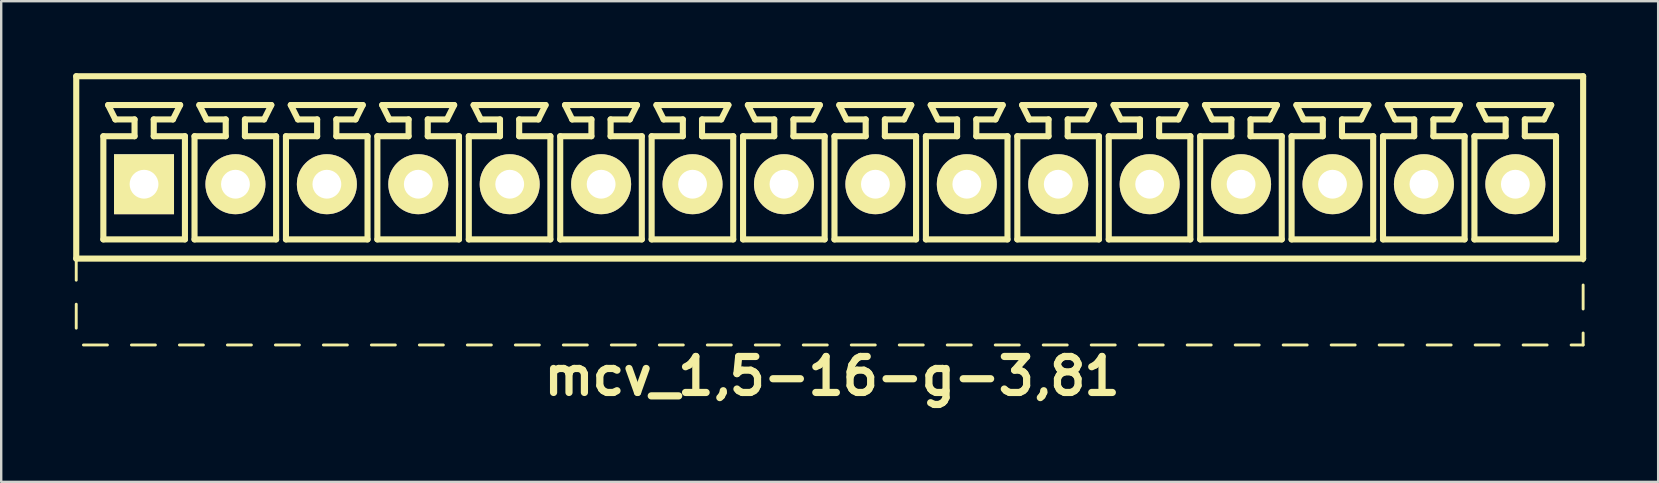
<source format=kicad_pcb>
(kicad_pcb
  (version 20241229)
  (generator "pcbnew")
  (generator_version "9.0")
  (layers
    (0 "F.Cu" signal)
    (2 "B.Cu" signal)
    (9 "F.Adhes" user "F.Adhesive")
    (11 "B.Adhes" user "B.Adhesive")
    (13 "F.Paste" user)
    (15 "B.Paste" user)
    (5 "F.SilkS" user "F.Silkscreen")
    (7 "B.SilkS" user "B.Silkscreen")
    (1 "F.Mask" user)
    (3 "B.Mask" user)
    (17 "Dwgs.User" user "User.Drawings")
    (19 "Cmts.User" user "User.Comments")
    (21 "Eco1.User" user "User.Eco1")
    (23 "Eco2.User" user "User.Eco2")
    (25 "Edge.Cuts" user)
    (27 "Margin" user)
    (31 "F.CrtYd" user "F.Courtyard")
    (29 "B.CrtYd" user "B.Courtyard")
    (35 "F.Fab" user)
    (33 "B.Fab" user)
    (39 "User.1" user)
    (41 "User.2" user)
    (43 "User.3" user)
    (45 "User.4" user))
  (footprint "mcv_1,5-16-g-3,81"
    (layer "F.Cu")
    (at 31.527 4.627)
    (property "Reference" "mcv_1,5-16-g-3,81" (at 0.1 8 0) (layer "F.SilkS") (effects (font (size 1.5 1.5) (thickness 0.3))))
    (attr through_hole)
    (fp_line (start -31.4 -4.5) (end -31.4 3.1) (stroke (width 0.254) (type solid)) (layer "F.SilkS"))
    (fp_line (start -31.4 -4.5) (end 31.4 -4.5) (stroke (width 0.254) (type solid)) (layer "F.SilkS"))
    (fp_line (start -31.4 3.1) (end -31.4 4) (stroke (width 0.12) (type solid)) (layer "F.SilkS"))
    (fp_line (start -31.4 3.1) (end 31.4 3.1) (stroke (width 0.254) (type solid)) (layer "F.SilkS"))
    (fp_line (start -31.4 5) (end -31.4 6) (stroke (width 0.12) (type solid)) (layer "F.SilkS"))
    (fp_line (start -31.1 6.7) (end -30.1 6.7) (stroke (width 0.12) (type solid)) (layer "F.SilkS"))
    (fp_line (start -30.27 -2) (end -28.97 -2) (stroke (width 0.254) (type solid)) (layer "F.SilkS"))
    (fp_line (start -30.27 2.3) (end -30.27 -2) (stroke (width 0.254) (type solid)) (layer "F.SilkS"))
    (fp_line (start -30.07 -3.3) (end -27.07 -3.3) (stroke (width 0.254) (type solid)) (layer "F.SilkS"))
    (fp_line (start -29.77 -2.7) (end -30.07 -3.3) (stroke (width 0.254) (type solid)) (layer "F.SilkS"))
    (fp_line (start -29.1 6.7) (end -28.1 6.7) (stroke (width 0.12) (type solid)) (layer "F.SilkS"))
    (fp_line (start -28.97 -2.7) (end -29.77 -2.7) (stroke (width 0.254) (type solid)) (layer "F.SilkS"))
    (fp_line (start -28.97 -2) (end -28.97 -2.7) (stroke (width 0.254) (type solid)) (layer "F.SilkS"))
    (fp_line (start -28.17 -2.7) (end -28.17 -2) (stroke (width 0.254) (type solid)) (layer "F.SilkS"))
    (fp_line (start -28.17 -2) (end -26.87 -2) (stroke (width 0.254) (type solid)) (layer "F.SilkS"))
    (fp_line (start -27.37 -2.7) (end -28.17 -2.7) (stroke (width 0.254) (type solid)) (layer "F.SilkS"))
    (fp_line (start -27.37 -2.7) (end -27.07 -3.3) (stroke (width 0.254) (type solid)) (layer "F.SilkS"))
    (fp_line (start -27.1 6.7) (end -26.1 6.7) (stroke (width 0.12) (type solid)) (layer "F.SilkS"))
    (fp_line (start -26.87 -2) (end -26.87 2.3) (stroke (width 0.254) (type solid)) (layer "F.SilkS"))
    (fp_line (start -26.87 2.3) (end -30.27 2.3) (stroke (width 0.254) (type solid)) (layer "F.SilkS"))
    (fp_line (start -26.47 -2) (end -25.17 -2) (stroke (width 0.254) (type solid)) (layer "F.SilkS"))
    (fp_line (start -26.47 2.3) (end -26.47 -2) (stroke (width 0.254) (type solid)) (layer "F.SilkS"))
    (fp_line (start -26.27 -3.3) (end -23.27 -3.3) (stroke (width 0.254) (type solid)) (layer "F.SilkS"))
    (fp_line (start -25.97 -2.7) (end -26.27 -3.3) (stroke (width 0.254) (type solid)) (layer "F.SilkS"))
    (fp_line (start -25.17 -2.7) (end -25.97 -2.7) (stroke (width 0.254) (type solid)) (layer "F.SilkS"))
    (fp_line (start -25.17 -2) (end -25.17 -2.7) (stroke (width 0.254) (type solid)) (layer "F.SilkS"))
    (fp_line (start -25.1 6.7) (end -24.1 6.7) (stroke (width 0.12) (type solid)) (layer "F.SilkS"))
    (fp_line (start -24.37 -2.7) (end -24.37 -2) (stroke (width 0.254) (type solid)) (layer "F.SilkS"))
    (fp_line (start -24.37 -2) (end -23.07 -2) (stroke (width 0.254) (type solid)) (layer "F.SilkS"))
    (fp_line (start -23.57 -2.7) (end -24.37 -2.7) (stroke (width 0.254) (type solid)) (layer "F.SilkS"))
    (fp_line (start -23.57 -2.7) (end -23.27 -3.3) (stroke (width 0.254) (type solid)) (layer "F.SilkS"))
    (fp_line (start -23.1 6.7) (end -22.1 6.7) (stroke (width 0.12) (type solid)) (layer "F.SilkS"))
    (fp_line (start -23.07 -2) (end -23.07 2.3) (stroke (width 0.254) (type solid)) (layer "F.SilkS"))
    (fp_line (start -23.07 2.3) (end -26.47 2.3) (stroke (width 0.254) (type solid)) (layer "F.SilkS"))
    (fp_line (start -22.66 -2) (end -21.36 -2) (stroke (width 0.254) (type solid)) (layer "F.SilkS"))
    (fp_line (start -22.66 2.3) (end -22.66 -2) (stroke (width 0.254) (type solid)) (layer "F.SilkS"))
    (fp_line (start -22.46 -3.3) (end -19.46 -3.3) (stroke (width 0.254) (type solid)) (layer "F.SilkS"))
    (fp_line (start -22.16 -2.7) (end -22.46 -3.3) (stroke (width 0.254) (type solid)) (layer "F.SilkS"))
    (fp_line (start -21.36 -2.7) (end -22.16 -2.7) (stroke (width 0.254) (type solid)) (layer "F.SilkS"))
    (fp_line (start -21.36 -2) (end -21.36 -2.7) (stroke (width 0.254) (type solid)) (layer "F.SilkS"))
    (fp_line (start -21.1 6.7) (end -20.1 6.7) (stroke (width 0.12) (type solid)) (layer "F.SilkS"))
    (fp_line (start -20.56 -2.7) (end -20.56 -2) (stroke (width 0.254) (type solid)) (layer "F.SilkS"))
    (fp_line (start -20.56 -2) (end -19.26 -2) (stroke (width 0.254) (type solid)) (layer "F.SilkS"))
    (fp_line (start -19.76 -2.7) (end -20.56 -2.7) (stroke (width 0.254) (type solid)) (layer "F.SilkS"))
    (fp_line (start -19.76 -2.7) (end -19.46 -3.3) (stroke (width 0.254) (type solid)) (layer "F.SilkS"))
    (fp_line (start -19.26 -2) (end -19.26 2.3) (stroke (width 0.254) (type solid)) (layer "F.SilkS"))
    (fp_line (start -19.26 2.3) (end -22.66 2.3) (stroke (width 0.254) (type solid)) (layer "F.SilkS"))
    (fp_line (start -19.1 6.7) (end -18.1 6.7) (stroke (width 0.12) (type solid)) (layer "F.SilkS"))
    (fp_line (start -18.85 -2) (end -17.55 -2) (stroke (width 0.254) (type solid)) (layer "F.SilkS"))
    (fp_line (start -18.85 2.3) (end -18.85 -2) (stroke (width 0.254) (type solid)) (layer "F.SilkS"))
    (fp_line (start -18.65 -3.3) (end -15.65 -3.3) (stroke (width 0.254) (type solid)) (layer "F.SilkS"))
    (fp_line (start -18.35 -2.7) (end -18.65 -3.3) (stroke (width 0.254) (type solid)) (layer "F.SilkS"))
    (fp_line (start -17.55 -2.7) (end -18.35 -2.7) (stroke (width 0.254) (type solid)) (layer "F.SilkS"))
    (fp_line (start -17.55 -2) (end -17.55 -2.7) (stroke (width 0.254) (type solid)) (layer "F.SilkS"))
    (fp_line (start -17.1 6.7) (end -16.1 6.7) (stroke (width 0.12) (type solid)) (layer "F.SilkS"))
    (fp_line (start -16.75 -2.7) (end -16.75 -2) (stroke (width 0.254) (type solid)) (layer "F.SilkS"))
    (fp_line (start -16.75 -2) (end -15.45 -2) (stroke (width 0.254) (type solid)) (layer "F.SilkS"))
    (fp_line (start -15.95 -2.7) (end -16.75 -2.7) (stroke (width 0.254) (type solid)) (layer "F.SilkS"))
    (fp_line (start -15.95 -2.7) (end -15.65 -3.3) (stroke (width 0.254) (type solid)) (layer "F.SilkS"))
    (fp_line (start -15.45 -2) (end -15.45 2.3) (stroke (width 0.254) (type solid)) (layer "F.SilkS"))
    (fp_line (start -15.45 2.3) (end -18.85 2.3) (stroke (width 0.254) (type solid)) (layer "F.SilkS"))
    (fp_line (start -15.1 6.7) (end -14.1 6.7) (stroke (width 0.12) (type solid)) (layer "F.SilkS"))
    (fp_line (start -15.04 -2) (end -13.74 -2) (stroke (width 0.254) (type solid)) (layer "F.SilkS"))
    (fp_line (start -15.04 2.3) (end -15.04 -2) (stroke (width 0.254) (type solid)) (layer "F.SilkS"))
    (fp_line (start -14.84 -3.3) (end -11.84 -3.3) (stroke (width 0.254) (type solid)) (layer "F.SilkS"))
    (fp_line (start -14.54 -2.7) (end -14.84 -3.3) (stroke (width 0.254) (type solid)) (layer "F.SilkS"))
    (fp_line (start -13.74 -2.7) (end -14.54 -2.7) (stroke (width 0.254) (type solid)) (layer "F.SilkS"))
    (fp_line (start -13.74 -2) (end -13.74 -2.7) (stroke (width 0.254) (type solid)) (layer "F.SilkS"))
    (fp_line (start -13.1 6.7) (end -12.1 6.7) (stroke (width 0.12) (type solid)) (layer "F.SilkS"))
    (fp_line (start -12.94 -2.7) (end -12.94 -2) (stroke (width 0.254) (type solid)) (layer "F.SilkS"))
    (fp_line (start -12.94 -2) (end -11.64 -2) (stroke (width 0.254) (type solid)) (layer "F.SilkS"))
    (fp_line (start -12.14 -2.7) (end -12.94 -2.7) (stroke (width 0.254) (type solid)) (layer "F.SilkS"))
    (fp_line (start -12.14 -2.7) (end -11.84 -3.3) (stroke (width 0.254) (type solid)) (layer "F.SilkS"))
    (fp_line (start -11.64 -2) (end -11.64 2.3) (stroke (width 0.254) (type solid)) (layer "F.SilkS"))
    (fp_line (start -11.64 2.3) (end -15.04 2.3) (stroke (width 0.254) (type solid)) (layer "F.SilkS"))
    (fp_line (start -11.23 -2) (end -9.93 -2) (stroke (width 0.254) (type solid)) (layer "F.SilkS"))
    (fp_line (start -11.23 2.3) (end -11.23 -2) (stroke (width 0.254) (type solid)) (layer "F.SilkS"))
    (fp_line (start -11.1 6.7) (end -10.1 6.7) (stroke (width 0.12) (type solid)) (layer "F.SilkS"))
    (fp_line (start -11.03 -3.3) (end -8.03 -3.3) (stroke (width 0.254) (type solid)) (layer "F.SilkS"))
    (fp_line (start -10.73 -2.7) (end -11.03 -3.3) (stroke (width 0.254) (type solid)) (layer "F.SilkS"))
    (fp_line (start -9.93 -2.7) (end -10.73 -2.7) (stroke (width 0.254) (type solid)) (layer "F.SilkS"))
    (fp_line (start -9.93 -2) (end -9.93 -2.7) (stroke (width 0.254) (type solid)) (layer "F.SilkS"))
    (fp_line (start -9.13 -2.7) (end -9.13 -2) (stroke (width 0.254) (type solid)) (layer "F.SilkS"))
    (fp_line (start -9.13 -2) (end -7.83 -2) (stroke (width 0.254) (type solid)) (layer "F.SilkS"))
    (fp_line (start -9.1 6.7) (end -8.1 6.7) (stroke (width 0.12) (type solid)) (layer "F.SilkS"))
    (fp_line (start -8.33 -2.7) (end -9.13 -2.7) (stroke (width 0.254) (type solid)) (layer "F.SilkS"))
    (fp_line (start -8.33 -2.7) (end -8.03 -3.3) (stroke (width 0.254) (type solid)) (layer "F.SilkS"))
    (fp_line (start -7.83 -2) (end -7.83 2.3) (stroke (width 0.254) (type solid)) (layer "F.SilkS"))
    (fp_line (start -7.83 2.3) (end -11.23 2.3) (stroke (width 0.254) (type solid)) (layer "F.SilkS"))
    (fp_line (start -7.42 -2) (end -6.12 -2) (stroke (width 0.254) (type solid)) (layer "F.SilkS"))
    (fp_line (start -7.42 2.3) (end -7.42 -2) (stroke (width 0.254) (type solid)) (layer "F.SilkS"))
    (fp_line (start -7.22 -3.3) (end -4.22 -3.3) (stroke (width 0.254) (type solid)) (layer "F.SilkS"))
    (fp_line (start -7.1 6.7) (end -6.1 6.7) (stroke (width 0.12) (type solid)) (layer "F.SilkS"))
    (fp_line (start -6.92 -2.7) (end -7.22 -3.3) (stroke (width 0.254) (type solid)) (layer "F.SilkS"))
    (fp_line (start -6.12 -2.7) (end -6.92 -2.7) (stroke (width 0.254) (type solid)) (layer "F.SilkS"))
    (fp_line (start -6.12 -2) (end -6.12 -2.7) (stroke (width 0.254) (type solid)) (layer "F.SilkS"))
    (fp_line (start -5.32 -2.7) (end -5.32 -2) (stroke (width 0.254) (type solid)) (layer "F.SilkS"))
    (fp_line (start -5.32 -2) (end -4.02 -2) (stroke (width 0.254) (type solid)) (layer "F.SilkS"))
    (fp_line (start -5.1 6.7) (end -4.1 6.7) (stroke (width 0.12) (type solid)) (layer "F.SilkS"))
    (fp_line (start -4.52 -2.7) (end -5.32 -2.7) (stroke (width 0.254) (type solid)) (layer "F.SilkS"))
    (fp_line (start -4.52 -2.7) (end -4.22 -3.3) (stroke (width 0.254) (type solid)) (layer "F.SilkS"))
    (fp_line (start -4.02 -2) (end -4.02 2.3) (stroke (width 0.254) (type solid)) (layer "F.SilkS"))
    (fp_line (start -4.02 2.3) (end -7.42 2.3) (stroke (width 0.254) (type solid)) (layer "F.SilkS"))
    (fp_line (start -3.61 -2) (end -2.31 -2) (stroke (width 0.254) (type solid)) (layer "F.SilkS"))
    (fp_line (start -3.61 2.3) (end -3.61 -2) (stroke (width 0.254) (type solid)) (layer "F.SilkS"))
    (fp_line (start -3.41 -3.3) (end -0.41 -3.3) (stroke (width 0.254) (type solid)) (layer "F.SilkS"))
    (fp_line (start -3.11 -2.7) (end -3.41 -3.3) (stroke (width 0.254) (type solid)) (layer "F.SilkS"))
    (fp_line (start -3.1 6.7) (end -2.1 6.7) (stroke (width 0.12) (type solid)) (layer "F.SilkS"))
    (fp_line (start -2.31 -2.7) (end -3.11 -2.7) (stroke (width 0.254) (type solid)) (layer "F.SilkS"))
    (fp_line (start -2.31 -2) (end -2.31 -2.7) (stroke (width 0.254) (type solid)) (layer "F.SilkS"))
    (fp_line (start -1.51 -2.7) (end -1.51 -2) (stroke (width 0.254) (type solid)) (layer "F.SilkS"))
    (fp_line (start -1.51 -2) (end -0.21 -2) (stroke (width 0.254) (type solid)) (layer "F.SilkS"))
    (fp_line (start -1.1 6.7) (end -0.1 6.7) (stroke (width 0.12) (type solid)) (layer "F.SilkS"))
    (fp_line (start -0.71 -2.7) (end -1.51 -2.7) (stroke (width 0.254) (type solid)) (layer "F.SilkS"))
    (fp_line (start -0.71 -2.7) (end -0.41 -3.3) (stroke (width 0.254) (type solid)) (layer "F.SilkS"))
    (fp_line (start -0.21 -2) (end -0.21 2.3) (stroke (width 0.254) (type solid)) (layer "F.SilkS"))
    (fp_line (start -0.21 2.3) (end -3.61 2.3) (stroke (width 0.254) (type solid)) (layer "F.SilkS"))
    (fp_line (start 0.2 -2) (end 1.5 -2) (stroke (width 0.254) (type solid)) (layer "F.SilkS"))
    (fp_line (start 0.2 2.3) (end 0.2 -2) (stroke (width 0.254) (type solid)) (layer "F.SilkS"))
    (fp_line (start 0.4 -3.3) (end 3.4 -3.3) (stroke (width 0.254) (type solid)) (layer "F.SilkS"))
    (fp_line (start 0.7 -2.7) (end 0.4 -3.3) (stroke (width 0.254) (type solid)) (layer "F.SilkS"))
    (fp_line (start 0.9 6.7) (end 1.9 6.7) (stroke (width 0.12) (type solid)) (layer "F.SilkS"))
    (fp_line (start 1.5 -2.7) (end 0.7 -2.7) (stroke (width 0.254) (type solid)) (layer "F.SilkS"))
    (fp_line (start 1.5 -2) (end 1.5 -2.7) (stroke (width 0.254) (type solid)) (layer "F.SilkS"))
    (fp_line (start 2.3 -2.7) (end 2.3 -2) (stroke (width 0.254) (type solid)) (layer "F.SilkS"))
    (fp_line (start 2.3 -2) (end 3.6 -2) (stroke (width 0.254) (type solid)) (layer "F.SilkS"))
    (fp_line (start 2.9 6.7) (end 3.9 6.7) (stroke (width 0.12) (type solid)) (layer "F.SilkS"))
    (fp_line (start 3.1 -2.7) (end 2.3 -2.7) (stroke (width 0.254) (type solid)) (layer "F.SilkS"))
    (fp_line (start 3.1 -2.7) (end 3.4 -3.3) (stroke (width 0.254) (type solid)) (layer "F.SilkS"))
    (fp_line (start 3.6 -2) (end 3.6 2.3) (stroke (width 0.254) (type solid)) (layer "F.SilkS"))
    (fp_line (start 3.6 2.3) (end 0.2 2.3) (stroke (width 0.254) (type solid)) (layer "F.SilkS"))
    (fp_line (start 4.01 -2) (end 5.31 -2) (stroke (width 0.254) (type solid)) (layer "F.SilkS"))
    (fp_line (start 4.01 2.3) (end 4.01 -2) (stroke (width 0.254) (type solid)) (layer "F.SilkS"))
    (fp_line (start 4.21 -3.3) (end 7.21 -3.3) (stroke (width 0.254) (type solid)) (layer "F.SilkS"))
    (fp_line (start 4.51 -2.7) (end 4.21 -3.3) (stroke (width 0.254) (type solid)) (layer "F.SilkS"))
    (fp_line (start 4.9 6.7) (end 5.9 6.7) (stroke (width 0.12) (type solid)) (layer "F.SilkS"))
    (fp_line (start 5.31 -2.7) (end 4.51 -2.7) (stroke (width 0.254) (type solid)) (layer "F.SilkS"))
    (fp_line (start 5.31 -2) (end 5.31 -2.7) (stroke (width 0.254) (type solid)) (layer "F.SilkS"))
    (fp_line (start 6.11 -2.7) (end 6.11 -2) (stroke (width 0.254) (type solid)) (layer "F.SilkS"))
    (fp_line (start 6.11 -2) (end 7.41 -2) (stroke (width 0.254) (type solid)) (layer "F.SilkS"))
    (fp_line (start 6.9 6.7) (end 7.9 6.7) (stroke (width 0.12) (type solid)) (layer "F.SilkS"))
    (fp_line (start 6.91 -2.7) (end 6.11 -2.7) (stroke (width 0.254) (type solid)) (layer "F.SilkS"))
    (fp_line (start 6.91 -2.7) (end 7.21 -3.3) (stroke (width 0.254) (type solid)) (layer "F.SilkS"))
    (fp_line (start 7.41 -2) (end 7.41 2.3) (stroke (width 0.254) (type solid)) (layer "F.SilkS"))
    (fp_line (start 7.41 2.3) (end 4.01 2.3) (stroke (width 0.254) (type solid)) (layer "F.SilkS"))
    (fp_line (start 7.82 -2) (end 9.12 -2) (stroke (width 0.254) (type solid)) (layer "F.SilkS"))
    (fp_line (start 7.82 2.3) (end 7.82 -2) (stroke (width 0.254) (type solid)) (layer "F.SilkS"))
    (fp_line (start 8.02 -3.3) (end 11.02 -3.3) (stroke (width 0.254) (type solid)) (layer "F.SilkS"))
    (fp_line (start 8.32 -2.7) (end 8.02 -3.3) (stroke (width 0.254) (type solid)) (layer "F.SilkS"))
    (fp_line (start 8.9 6.7) (end 9.9 6.7) (stroke (width 0.12) (type solid)) (layer "F.SilkS"))
    (fp_line (start 9.12 -2.7) (end 8.32 -2.7) (stroke (width 0.254) (type solid)) (layer "F.SilkS"))
    (fp_line (start 9.12 -2) (end 9.12 -2.7) (stroke (width 0.254) (type solid)) (layer "F.SilkS"))
    (fp_line (start 9.92 -2.7) (end 9.92 -2) (stroke (width 0.254) (type solid)) (layer "F.SilkS"))
    (fp_line (start 9.92 -2) (end 11.22 -2) (stroke (width 0.254) (type solid)) (layer "F.SilkS"))
    (fp_line (start 10.72 -2.7) (end 9.92 -2.7) (stroke (width 0.254) (type solid)) (layer "F.SilkS"))
    (fp_line (start 10.72 -2.7) (end 11.02 -3.3) (stroke (width 0.254) (type solid)) (layer "F.SilkS"))
    (fp_line (start 10.9 6.7) (end 11.9 6.7) (stroke (width 0.12) (type solid)) (layer "F.SilkS"))
    (fp_line (start 11.22 -2) (end 11.22 2.3) (stroke (width 0.254) (type solid)) (layer "F.SilkS"))
    (fp_line (start 11.22 2.3) (end 7.82 2.3) (stroke (width 0.254) (type solid)) (layer "F.SilkS"))
    (fp_line (start 11.63 -2) (end 12.93 -2) (stroke (width 0.254) (type solid)) (layer "F.SilkS"))
    (fp_line (start 11.63 2.3) (end 11.63 -2) (stroke (width 0.254) (type solid)) (layer "F.SilkS"))
    (fp_line (start 11.83 -3.3) (end 14.83 -3.3) (stroke (width 0.254) (type solid)) (layer "F.SilkS"))
    (fp_line (start 12.13 -2.7) (end 11.83 -3.3) (stroke (width 0.254) (type solid)) (layer "F.SilkS"))
    (fp_line (start 12.9 6.7) (end 13.9 6.7) (stroke (width 0.12) (type solid)) (layer "F.SilkS"))
    (fp_line (start 12.93 -2.7) (end 12.13 -2.7) (stroke (width 0.254) (type solid)) (layer "F.SilkS"))
    (fp_line (start 12.93 -2) (end 12.93 -2.7) (stroke (width 0.254) (type solid)) (layer "F.SilkS"))
    (fp_line (start 13.73 -2.7) (end 13.73 -2) (stroke (width 0.254) (type solid)) (layer "F.SilkS"))
    (fp_line (start 13.73 -2) (end 15.03 -2) (stroke (width 0.254) (type solid)) (layer "F.SilkS"))
    (fp_line (start 14.53 -2.7) (end 13.73 -2.7) (stroke (width 0.254) (type solid)) (layer "F.SilkS"))
    (fp_line (start 14.53 -2.7) (end 14.83 -3.3) (stroke (width 0.254) (type solid)) (layer "F.SilkS"))
    (fp_line (start 14.9 6.7) (end 15.9 6.7) (stroke (width 0.12) (type solid)) (layer "F.SilkS"))
    (fp_line (start 15.03 -2) (end 15.03 2.3) (stroke (width 0.254) (type solid)) (layer "F.SilkS"))
    (fp_line (start 15.03 2.3) (end 11.63 2.3) (stroke (width 0.254) (type solid)) (layer "F.SilkS"))
    (fp_line (start 15.44 -2) (end 16.74 -2) (stroke (width 0.254) (type solid)) (layer "F.SilkS"))
    (fp_line (start 15.44 2.3) (end 15.44 -2) (stroke (width 0.254) (type solid)) (layer "F.SilkS"))
    (fp_line (start 15.64 -3.3) (end 18.64 -3.3) (stroke (width 0.254) (type solid)) (layer "F.SilkS"))
    (fp_line (start 15.94 -2.7) (end 15.64 -3.3) (stroke (width 0.254) (type solid)) (layer "F.SilkS"))
    (fp_line (start 16.74 -2.7) (end 15.94 -2.7) (stroke (width 0.254) (type solid)) (layer "F.SilkS"))
    (fp_line (start 16.74 -2) (end 16.74 -2.7) (stroke (width 0.254) (type solid)) (layer "F.SilkS"))
    (fp_line (start 16.9 6.7) (end 17.9 6.7) (stroke (width 0.12) (type solid)) (layer "F.SilkS"))
    (fp_line (start 17.54 -2.7) (end 17.54 -2) (stroke (width 0.254) (type solid)) (layer "F.SilkS"))
    (fp_line (start 17.54 -2) (end 18.84 -2) (stroke (width 0.254) (type solid)) (layer "F.SilkS"))
    (fp_line (start 18.34 -2.7) (end 17.54 -2.7) (stroke (width 0.254) (type solid)) (layer "F.SilkS"))
    (fp_line (start 18.34 -2.7) (end 18.64 -3.3) (stroke (width 0.254) (type solid)) (layer "F.SilkS"))
    (fp_line (start 18.84 -2) (end 18.84 2.3) (stroke (width 0.254) (type solid)) (layer "F.SilkS"))
    (fp_line (start 18.84 2.3) (end 15.44 2.3) (stroke (width 0.254) (type solid)) (layer "F.SilkS"))
    (fp_line (start 18.9 6.7) (end 19.9 6.7) (stroke (width 0.12) (type solid)) (layer "F.SilkS"))
    (fp_line (start 19.25 -2) (end 20.55 -2) (stroke (width 0.254) (type solid)) (layer "F.SilkS"))
    (fp_line (start 19.25 2.3) (end 19.25 -2) (stroke (width 0.254) (type solid)) (layer "F.SilkS"))
    (fp_line (start 19.45 -3.3) (end 22.45 -3.3) (stroke (width 0.254) (type solid)) (layer "F.SilkS"))
    (fp_line (start 19.75 -2.7) (end 19.45 -3.3) (stroke (width 0.254) (type solid)) (layer "F.SilkS"))
    (fp_line (start 20.55 -2.7) (end 19.75 -2.7) (stroke (width 0.254) (type solid)) (layer "F.SilkS"))
    (fp_line (start 20.55 -2) (end 20.55 -2.7) (stroke (width 0.254) (type solid)) (layer "F.SilkS"))
    (fp_line (start 20.9 6.7) (end 21.9 6.7) (stroke (width 0.12) (type solid)) (layer "F.SilkS"))
    (fp_line (start 21.35 -2.7) (end 21.35 -2) (stroke (width 0.254) (type solid)) (layer "F.SilkS"))
    (fp_line (start 21.35 -2) (end 22.65 -2) (stroke (width 0.254) (type solid)) (layer "F.SilkS"))
    (fp_line (start 22.15 -2.7) (end 21.35 -2.7) (stroke (width 0.254) (type solid)) (layer "F.SilkS"))
    (fp_line (start 22.15 -2.7) (end 22.45 -3.3) (stroke (width 0.254) (type solid)) (layer "F.SilkS"))
    (fp_line (start 22.65 -2) (end 22.65 2.3) (stroke (width 0.254) (type solid)) (layer "F.SilkS"))
    (fp_line (start 22.65 2.3) (end 19.25 2.3) (stroke (width 0.254) (type solid)) (layer "F.SilkS"))
    (fp_line (start 22.9 6.7) (end 23.9 6.7) (stroke (width 0.12) (type solid)) (layer "F.SilkS"))
    (fp_line (start 23.06 -2) (end 24.36 -2) (stroke (width 0.254) (type solid)) (layer "F.SilkS"))
    (fp_line (start 23.06 2.3) (end 23.06 -2) (stroke (width 0.254) (type solid)) (layer "F.SilkS"))
    (fp_line (start 23.26 -3.3) (end 26.26 -3.3) (stroke (width 0.254) (type solid)) (layer "F.SilkS"))
    (fp_line (start 23.56 -2.7) (end 23.26 -3.3) (stroke (width 0.254) (type solid)) (layer "F.SilkS"))
    (fp_line (start 24.36 -2.7) (end 23.56 -2.7) (stroke (width 0.254) (type solid)) (layer "F.SilkS"))
    (fp_line (start 24.36 -2) (end 24.36 -2.7) (stroke (width 0.254) (type solid)) (layer "F.SilkS"))
    (fp_line (start 24.9 6.7) (end 25.9 6.7) (stroke (width 0.12) (type solid)) (layer "F.SilkS"))
    (fp_line (start 25.16 -2.7) (end 25.16 -2) (stroke (width 0.254) (type solid)) (layer "F.SilkS"))
    (fp_line (start 25.16 -2) (end 26.46 -2) (stroke (width 0.254) (type solid)) (layer "F.SilkS"))
    (fp_line (start 25.96 -2.7) (end 25.16 -2.7) (stroke (width 0.254) (type solid)) (layer "F.SilkS"))
    (fp_line (start 25.96 -2.7) (end 26.26 -3.3) (stroke (width 0.254) (type solid)) (layer "F.SilkS"))
    (fp_line (start 26.46 -2) (end 26.46 2.3) (stroke (width 0.254) (type solid)) (layer "F.SilkS"))
    (fp_line (start 26.46 2.3) (end 23.06 2.3) (stroke (width 0.254) (type solid)) (layer "F.SilkS"))
    (fp_line (start 26.87 -2) (end 28.17 -2) (stroke (width 0.254) (type solid)) (layer "F.SilkS"))
    (fp_line (start 26.87 2.3) (end 26.87 -2) (stroke (width 0.254) (type solid)) (layer "F.SilkS"))
    (fp_line (start 26.9 6.7) (end 27.9 6.7) (stroke (width 0.12) (type solid)) (layer "F.SilkS"))
    (fp_line (start 27.07 -3.3) (end 30.07 -3.3) (stroke (width 0.254) (type solid)) (layer "F.SilkS"))
    (fp_line (start 27.37 -2.7) (end 27.07 -3.3) (stroke (width 0.254) (type solid)) (layer "F.SilkS"))
    (fp_line (start 28.17 -2.7) (end 27.37 -2.7) (stroke (width 0.254) (type solid)) (layer "F.SilkS"))
    (fp_line (start 28.17 -2) (end 28.17 -2.7) (stroke (width 0.254) (type solid)) (layer "F.SilkS"))
    (fp_line (start 28.9 6.7) (end 29.9 6.7) (stroke (width 0.12) (type solid)) (layer "F.SilkS"))
    (fp_line (start 28.97 -2.7) (end 28.97 -2) (stroke (width 0.254) (type solid)) (layer "F.SilkS"))
    (fp_line (start 28.97 -2) (end 30.27 -2) (stroke (width 0.254) (type solid)) (layer "F.SilkS"))
    (fp_line (start 29.77 -2.7) (end 28.97 -2.7) (stroke (width 0.254) (type solid)) (layer "F.SilkS"))
    (fp_line (start 29.77 -2.7) (end 30.07 -3.3) (stroke (width 0.254) (type solid)) (layer "F.SilkS"))
    (fp_line (start 30.27 -2) (end 30.27 2.3) (stroke (width 0.254) (type solid)) (layer "F.SilkS"))
    (fp_line (start 30.27 2.3) (end 26.87 2.3) (stroke (width 0.254) (type solid)) (layer "F.SilkS"))
    (fp_line (start 30.9 6.7) (end 31.4 6.7) (stroke (width 0.12) (type solid)) (layer "F.SilkS"))
    (fp_line (start 31.4 -4.5) (end 31.4 3.1) (stroke (width 0.254) (type solid)) (layer "F.SilkS"))
    (fp_line (start 31.4 3.2) (end 31.4 3.1) (stroke (width 0.12) (type solid)) (layer "F.SilkS"))
    (fp_line (start 31.4 5.2) (end 31.4 4.2) (stroke (width 0.12) (type solid)) (layer "F.SilkS"))
    (fp_line (start 31.4 6.7) (end 31.4 6.2) (stroke (width 0.12) (type solid)) (layer "F.SilkS"))
    (pad "1" thru_hole rect (at -28.575 0) (size 2.5 2.5) (drill 1.2) (layers "*.Cu" "*.Mask" "F.SilkS"))
    (pad "2" thru_hole circle (at -24.765 0) (size 2.5 2.5) (drill 1.2) (layers "*.Cu" "*.Mask" "F.SilkS"))
    (pad "3" thru_hole circle (at -20.955 0) (size 2.5 2.5) (drill 1.2) (layers "*.Cu" "*.Mask" "F.SilkS"))
    (pad "4" thru_hole circle (at -17.145 0) (size 2.5 2.5) (drill 1.2) (layers "*.Cu" "*.Mask" "F.SilkS"))
    (pad "5" thru_hole circle (at -13.335 0) (size 2.5 2.5) (drill 1.2) (layers "*.Cu" "*.Mask" "F.SilkS"))
    (pad "6" thru_hole circle (at -9.525 0) (size 2.5 2.5) (drill 1.2) (layers "*.Cu" "*.Mask" "F.SilkS"))
    (pad "7" thru_hole circle (at -5.715 0) (size 2.5 2.5) (drill 1.2) (layers "*.Cu" "*.Mask" "F.SilkS"))
    (pad "8" thru_hole circle (at -1.905 0) (size 2.5 2.5) (drill 1.2) (layers "*.Cu" "*.Mask" "F.SilkS"))
    (pad "9" thru_hole circle (at 1.905 0) (size 2.5 2.5) (drill 1.2) (layers "*.Cu" "*.Mask" "F.SilkS"))
    (pad "10" thru_hole circle (at 5.715 0) (size 2.5 2.5) (drill 1.2) (layers "*.Cu" "*.Mask" "F.SilkS"))
    (pad "11" thru_hole circle (at 9.525 0) (size 2.5 2.5) (drill 1.2) (layers "*.Cu" "*.Mask" "F.SilkS"))
    (pad "12" thru_hole circle (at 13.335 0) (size 2.5 2.5) (drill 1.2) (layers "*.Cu" "*.Mask" "F.SilkS"))
    (pad "13" thru_hole circle (at 17.145 0) (size 2.5 2.5) (drill 1.2) (layers "*.Cu" "*.Mask" "F.SilkS"))
    (pad "14" thru_hole circle (at 20.955 0) (size 2.5 2.5) (drill 1.2) (layers "*.Cu" "*.Mask" "F.SilkS"))
    (pad "15" thru_hole circle (at 24.765 0) (size 2.5 2.5) (drill 1.2) (layers "*.Cu" "*.Mask" "F.SilkS"))
    (pad "16" thru_hole circle (at 28.575 0) (size 2.5 2.5) (drill 1.2) (layers "*.Cu" "*.Mask" "F.SilkS")))
  (gr_rect
    (start -3 -3)
    (end 66.054 17.031)
    (stroke (width 0.1) (type default))
    (fill no)
    (layer "Edge.Cuts")))
</source>
